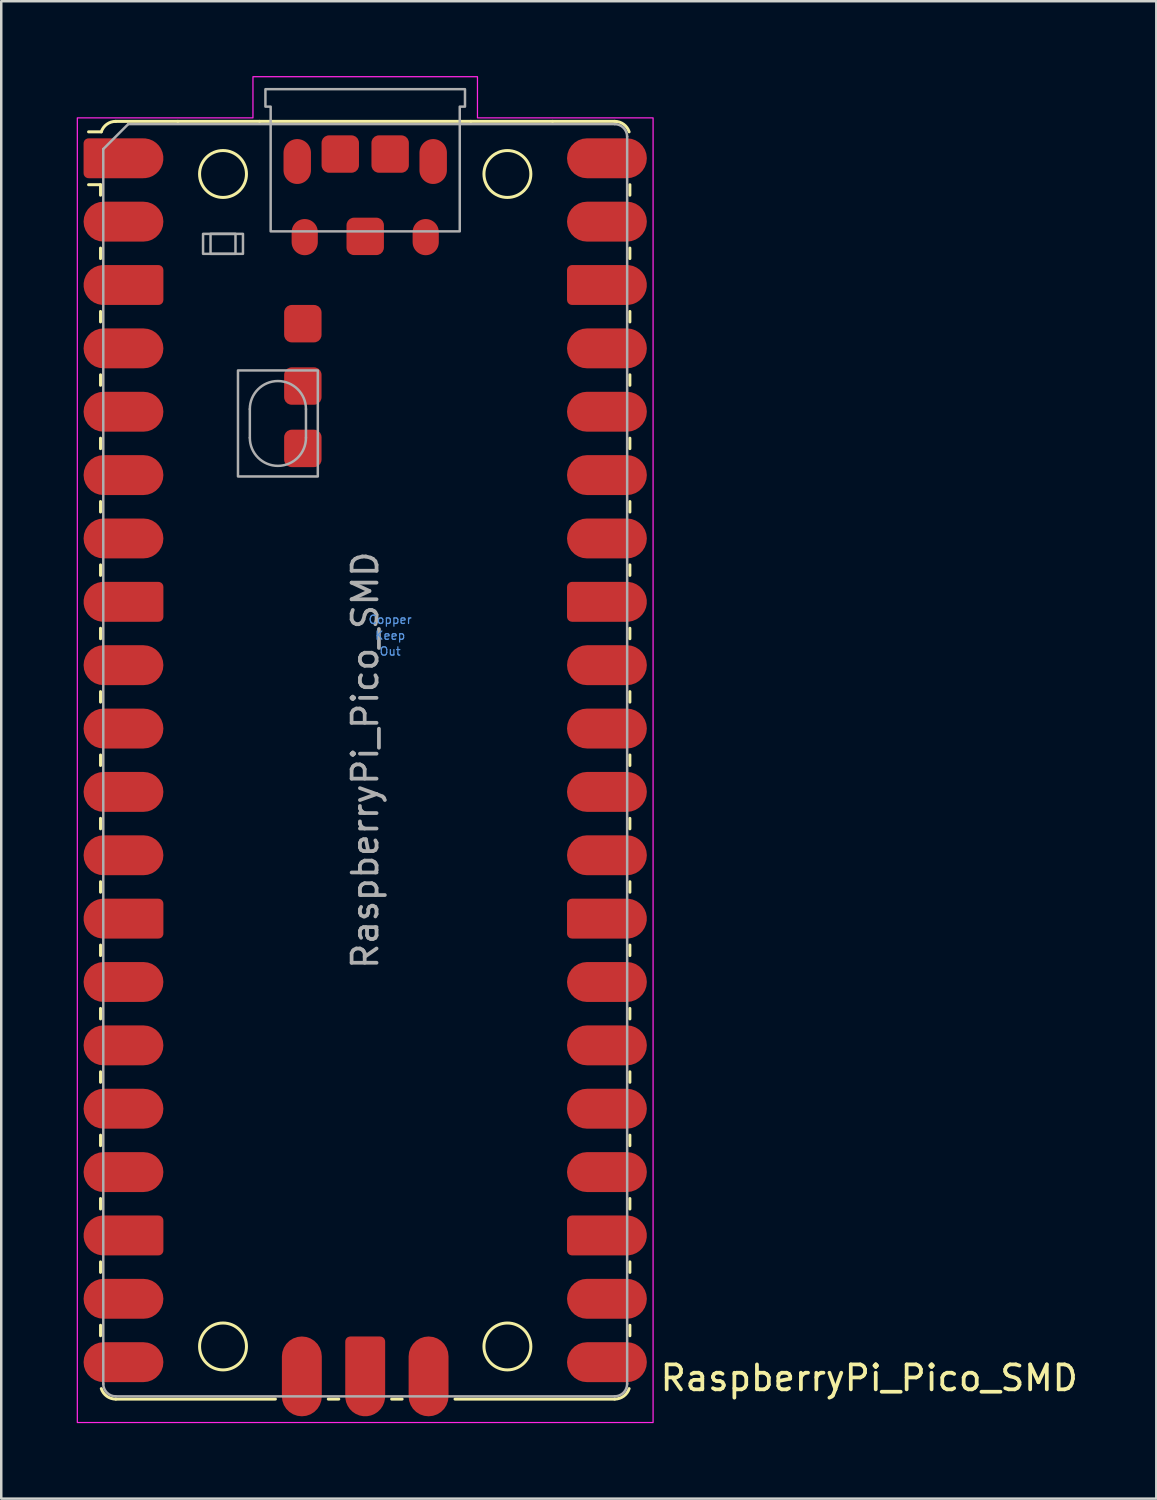
<source format=kicad_pcb>
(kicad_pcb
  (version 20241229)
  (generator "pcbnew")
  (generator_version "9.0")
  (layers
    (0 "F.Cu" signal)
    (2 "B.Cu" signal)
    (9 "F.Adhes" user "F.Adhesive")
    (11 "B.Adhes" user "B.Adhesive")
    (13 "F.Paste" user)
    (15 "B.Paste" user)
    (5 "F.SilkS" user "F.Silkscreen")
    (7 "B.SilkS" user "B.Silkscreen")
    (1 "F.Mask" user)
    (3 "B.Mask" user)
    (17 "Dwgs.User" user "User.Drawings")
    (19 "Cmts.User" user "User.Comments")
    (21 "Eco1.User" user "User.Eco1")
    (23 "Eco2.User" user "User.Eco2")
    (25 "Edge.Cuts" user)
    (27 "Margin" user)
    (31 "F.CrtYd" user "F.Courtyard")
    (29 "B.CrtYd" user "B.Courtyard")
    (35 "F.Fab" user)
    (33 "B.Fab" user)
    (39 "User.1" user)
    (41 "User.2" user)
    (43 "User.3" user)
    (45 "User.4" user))
  (footprint "RaspberryPi_Pico_SMD"
    (layer "F.Cu")
    (at 11.59 27.425)
    (property "Reference" "RaspberryPi_Pico_SMD" (at 11.748 24.765 0) (unlocked yes) (layer "F.SilkS") (effects (font (size 1 1) (thickness 0.15)) (justify left)))
    (attr smd)
    (fp_line (start -10.61 -23.07) (end -11.09 -23.07) (stroke (width 0.12) (type solid)) (layer "F.SilkS"))
    (fp_line (start -10.61 -23.07) (end -10.61 -22.65) (stroke (width 0.12) (type solid)) (layer "F.SilkS"))
    (fp_line (start -10.61 -20.53) (end -10.61 -20.11) (stroke (width 0.12) (type solid)) (layer "F.SilkS"))
    (fp_line (start -10.61 -17.99) (end -10.61 -17.57) (stroke (width 0.12) (type solid)) (layer "F.SilkS"))
    (fp_line (start -10.61 -15.45) (end -10.61 -15.03) (stroke (width 0.12) (type solid)) (layer "F.SilkS"))
    (fp_line (start -10.61 -12.91) (end -10.61 -12.49) (stroke (width 0.12) (type solid)) (layer "F.SilkS"))
    (fp_line (start -10.61 -10.37) (end -10.61 -9.95) (stroke (width 0.12) (type solid)) (layer "F.SilkS"))
    (fp_line (start -10.61 -7.83) (end -10.61 -7.41) (stroke (width 0.12) (type solid)) (layer "F.SilkS"))
    (fp_line (start -10.61 -5.29) (end -10.61 -4.87) (stroke (width 0.12) (type solid)) (layer "F.SilkS"))
    (fp_line (start -10.61 -2.75) (end -10.61 -2.33) (stroke (width 0.12) (type solid)) (layer "F.SilkS"))
    (fp_line (start -10.61 -0.21) (end -10.61 0.21) (stroke (width 0.12) (type solid)) (layer "F.SilkS"))
    (fp_line (start -10.61 2.33) (end -10.61 2.75) (stroke (width 0.12) (type solid)) (layer "F.SilkS"))
    (fp_line (start -10.61 4.87) (end -10.61 5.29) (stroke (width 0.12) (type solid)) (layer "F.SilkS"))
    (fp_line (start -10.61 7.41) (end -10.61 7.83) (stroke (width 0.12) (type solid)) (layer "F.SilkS"))
    (fp_line (start -10.61 9.95) (end -10.61 10.37) (stroke (width 0.12) (type solid)) (layer "F.SilkS"))
    (fp_line (start -10.61 12.49) (end -10.61 12.91) (stroke (width 0.12) (type solid)) (layer "F.SilkS"))
    (fp_line (start -10.61 15.03) (end -10.61 15.45) (stroke (width 0.12) (type solid)) (layer "F.SilkS"))
    (fp_line (start -10.61 17.57) (end -10.61 17.99) (stroke (width 0.12) (type solid)) (layer "F.SilkS"))
    (fp_line (start -10.61 20.11) (end -10.61 20.53) (stroke (width 0.12) (type solid)) (layer "F.SilkS"))
    (fp_line (start -10.61 22.65) (end -10.61 23.07) (stroke (width 0.12) (type solid)) (layer "F.SilkS"))
    (fp_line (start -10.58 -25.19) (end -11.09 -25.19) (stroke (width 0.12) (type solid)) (layer "F.SilkS"))
    (fp_line (start -10 -25.61) (end -7.51 -25.61) (stroke (width 0.12) (type solid)) (layer "F.SilkS"))
    (fp_line (start -10 25.61) (end -3.6 25.61) (stroke (width 0.12) (type solid)) (layer "F.SilkS"))
    (fp_line (start -7.51 -25.61) (end -4.235 -25.61) (stroke (width 0.12) (type solid)) (layer "F.SilkS"))
    (fp_line (start -4.235 -25.61) (end 4.235 -25.61) (stroke (width 0.12) (type solid)) (layer "F.SilkS"))
    (fp_line (start -1.48 25.61) (end -1.06 25.61) (stroke (width 0.12) (type solid)) (layer "F.SilkS"))
    (fp_line (start 1.06 25.61) (end 1.48 25.61) (stroke (width 0.12) (type solid)) (layer "F.SilkS"))
    (fp_line (start 3.6 25.61) (end 10 25.61) (stroke (width 0.12) (type solid)) (layer "F.SilkS"))
    (fp_line (start 4.235 -25.61) (end 7.51 -25.61) (stroke (width 0.12) (type solid)) (layer "F.SilkS"))
    (fp_line (start 10 -25.61) (end 7.51 -25.61) (stroke (width 0.12) (type solid)) (layer "F.SilkS"))
    (fp_line (start 10.61 -23.07) (end 10.61 -22.65) (stroke (width 0.12) (type solid)) (layer "F.SilkS"))
    (fp_line (start 10.61 -20.53) (end 10.61 -20.11) (stroke (width 0.12) (type solid)) (layer "F.SilkS"))
    (fp_line (start 10.61 -17.99) (end 10.61 -17.57) (stroke (width 0.12) (type solid)) (layer "F.SilkS"))
    (fp_line (start 10.61 -15.45) (end 10.61 -15.03) (stroke (width 0.12) (type solid)) (layer "F.SilkS"))
    (fp_line (start 10.61 -12.91) (end 10.61 -12.49) (stroke (width 0.12) (type solid)) (layer "F.SilkS"))
    (fp_line (start 10.61 -10.37) (end 10.61 -9.95) (stroke (width 0.12) (type solid)) (layer "F.SilkS"))
    (fp_line (start 10.61 -7.83) (end 10.61 -7.41) (stroke (width 0.12) (type solid)) (layer "F.SilkS"))
    (fp_line (start 10.61 -5.29) (end 10.61 -4.87) (stroke (width 0.12) (type solid)) (layer "F.SilkS"))
    (fp_line (start 10.61 -2.75) (end 10.61 -2.33) (stroke (width 0.12) (type solid)) (layer "F.SilkS"))
    (fp_line (start 10.61 -0.21) (end 10.61 0.21) (stroke (width 0.12) (type solid)) (layer "F.SilkS"))
    (fp_line (start 10.61 2.33) (end 10.61 2.75) (stroke (width 0.12) (type solid)) (layer "F.SilkS"))
    (fp_line (start 10.61 4.87) (end 10.61 5.29) (stroke (width 0.12) (type solid)) (layer "F.SilkS"))
    (fp_line (start 10.61 7.41) (end 10.61 7.83) (stroke (width 0.12) (type solid)) (layer "F.SilkS"))
    (fp_line (start 10.61 9.95) (end 10.61 10.37) (stroke (width 0.12) (type solid)) (layer "F.SilkS"))
    (fp_line (start 10.61 12.49) (end 10.61 12.91) (stroke (width 0.12) (type solid)) (layer "F.SilkS"))
    (fp_line (start 10.61 15.03) (end 10.61 15.45) (stroke (width 0.12) (type solid)) (layer "F.SilkS"))
    (fp_line (start 10.61 17.57) (end 10.61 17.99) (stroke (width 0.12) (type solid)) (layer "F.SilkS"))
    (fp_line (start 10.61 20.11) (end 10.61 20.53) (stroke (width 0.12) (type solid)) (layer "F.SilkS"))
    (fp_line (start 10.61 22.65) (end 10.61 23.07) (stroke (width 0.12) (type solid)) (layer "F.SilkS"))
    (fp_arc (start -10.579676 -25.19) (mid -10.357938 -25.493944) (end -10 -25.61) (stroke (width 0.12) (type solid)) (layer "F.SilkS"))
    (fp_arc (start -10 25.61) (mid -10.357937 25.493944) (end -10.579676 25.189937) (stroke (width 0.12) (type solid)) (layer "F.SilkS"))
    (fp_arc (start 10 -25.61) (mid 10.357937 -25.493944) (end 10.579676 -25.189937) (stroke (width 0.12) (type solid)) (layer "F.SilkS"))
    (fp_arc (start 10.579676 25.189937) (mid 10.357958 25.493991) (end 10 25.61) (stroke (width 0.12) (type solid)) (layer "F.SilkS"))
    (fp_circle (center -5.7 -23.5) (end -4.76 -23.5) (stroke (width 0.12) (type solid)) (fill no) (layer "F.SilkS"))
    (fp_circle (center -5.7 23.5) (end -4.76 23.5) (stroke (width 0.12) (type solid)) (fill no) (layer "F.SilkS"))
    (fp_circle (center 5.7 -23.5) (end 6.64 -23.5) (stroke (width 0.12) (type solid)) (fill no) (layer "F.SilkS"))
    (fp_circle (center 5.7 23.5) (end 6.64 23.5) (stroke (width 0.12) (type solid)) (fill no) (layer "F.SilkS"))
    (fp_poly (pts (xy -4.5 -27.4) (xy 4.5 -27.4) (xy 4.5 -25.75) (xy 11.54 -25.75) (xy 11.54 26.55) (xy -11.54 26.55) (xy -11.54 -25.75) (xy -4.5 -25.75)) (stroke (width 0.05) (type solid)) (fill no) (layer "F.CrtYd"))
    (fp_line (start -10.5 -24.5) (end -9.5 -25.5) (stroke (width 0.1) (type solid)) (layer "F.Fab"))
    (fp_line (start -10.5 25) (end -10.5 -24.5) (stroke (width 0.1) (type solid)) (layer "F.Fab"))
    (fp_line (start -9.5 -25.5) (end 10 -25.5) (stroke (width 0.1) (type solid)) (layer "F.Fab"))
    (fp_line (start -4.625 -14.075) (end -4.625 -12.925) (stroke (width 0.1) (type solid)) (layer "F.Fab"))
    (fp_line (start -2.375 -14.075) (end -2.375 -12.925) (stroke (width 0.1) (type solid)) (layer "F.Fab"))
    (fp_line (start 10 25.5) (end -10 25.5) (stroke (width 0.1) (type solid)) (layer "F.Fab"))
    (fp_line (start 10.5 -25) (end 10.5 25) (stroke (width 0.1) (type solid)) (layer "F.Fab"))
    (fp_rect (start -6.5 -21.1) (end -4.9 -20.3) (stroke (width 0.1) (type solid)) (fill no) (layer "F.Fab"))
    (fp_rect (start -6.2 -21.1) (end -5.2 -20.3) (stroke (width 0.1) (type solid)) (fill no) (layer "F.Fab"))
    (fp_rect (start -5.1 -15.625) (end -1.9 -11.375) (stroke (width 0.1) (type solid)) (fill no) (layer "F.Fab"))
    (fp_arc (start -10 25.5) (mid -10.353553 25.353553) (end -10.5 25) (stroke (width 0.1) (type solid)) (layer "F.Fab"))
    (fp_arc (start -4.625 -14.075) (mid -3.5 -15.2) (end -2.375 -14.075) (stroke (width 0.1) (type solid)) (layer "F.Fab"))
    (fp_arc (start -2.375 -12.925) (mid -3.5 -11.8) (end -4.625 -12.925) (stroke (width 0.1) (type solid)) (layer "F.Fab"))
    (fp_arc (start 10 -25.5) (mid 10.353553 -25.353553) (end 10.5 -25) (stroke (width 0.1) (type solid)) (layer "F.Fab"))
    (fp_arc (start 10.5 25) (mid 10.353553 25.353553) (end 10 25.5) (stroke (width 0.1) (type solid)) (layer "F.Fab"))
    (fp_poly (pts (xy 3.79 -21.2) (xy 3.79 -26.2) (xy 4 -26.2) (xy 4 -26.9) (xy -4 -26.9) (xy -4 -26.2) (xy -3.79 -26.2) (xy -3.79 -21.2)) (stroke (width 0.1) (type solid)) (fill no) (layer "F.Fab"))
    (fp_text user "Out" (at 1 -4.365 0) (unlocked yes) (layer "Cmts.User") (effects (font (size 0.333 0.333) (thickness 0.05))))
    (fp_text user "Copper" (at 1 -5.635 0) (unlocked yes) (layer "Cmts.User") (effects (font (size 0.333 0.333) (thickness 0.05))))
    (fp_text user "Keep" (at 1 -5 0) (unlocked yes) (layer "Cmts.User") (effects (font (size 0.333 0.333) (thickness 0.05))))
    (fp_text user "${REFERENCE}" (at 0 0 90) (layer "F.Fab") (effects (font (size 1 1) (thickness 0.15))))
    (pad "" smd rect (at -8.89 -24.13) (size 3.8 2.2) (drill (offset -0.8 0)) (layers "F.Paste"))
    (pad "" smd rect (at -8.89 -21.59) (size 3.8 2.2) (drill (offset -0.8 0)) (layers "F.Paste"))
    (pad "" smd rect (at -8.89 -19.05) (size 3.8 2.2) (drill (offset -0.8 0)) (layers "F.Paste"))
    (pad "" smd rect (at -8.89 -16.51) (size 3.8 2.2) (drill (offset -0.8 0)) (layers "F.Paste"))
    (pad "" smd rect (at -8.89 -13.97) (size 3.8 2.2) (drill (offset -0.8 0)) (layers "F.Paste"))
    (pad "" smd rect (at -8.89 -11.43) (size 3.8 2.2) (drill (offset -0.8 0)) (layers "F.Paste"))
    (pad "" smd rect (at -8.89 -8.89) (size 3.8 2.2) (drill (offset -0.8 0)) (layers "F.Paste"))
    (pad "" smd rect (at -8.89 -6.35) (size 3.8 2.2) (drill (offset -0.8 0)) (layers "F.Paste"))
    (pad "" smd rect (at -8.89 -3.81) (size 3.8 2.2) (drill (offset -0.8 0)) (layers "F.Paste"))
    (pad "" smd rect (at -8.89 -1.27) (size 3.8 2.2) (drill (offset -0.8 0)) (layers "F.Paste"))
    (pad "" smd rect (at -8.89 1.27) (size 3.8 2.2) (drill (offset -0.8 0)) (layers "F.Paste"))
    (pad "" smd rect (at -8.89 3.81) (size 3.8 2.2) (drill (offset -0.8 0)) (layers "F.Paste"))
    (pad "" smd rect (at -8.89 6.35) (size 3.8 2.2) (drill (offset -0.8 0)) (layers "F.Paste"))
    (pad "" smd rect (at -8.89 8.89) (size 3.8 2.2) (drill (offset -0.8 0)) (layers "F.Paste"))
    (pad "" smd rect (at -8.89 11.43) (size 3.8 2.2) (drill (offset -0.8 0)) (layers "F.Paste"))
    (pad "" smd rect (at -8.89 13.97) (size 3.8 2.2) (drill (offset -0.8 0)) (layers "F.Paste"))
    (pad "" smd rect (at -8.89 16.51) (size 3.8 2.2) (drill (offset -0.8 0)) (layers "F.Paste"))
    (pad "" smd rect (at -8.89 19.05) (size 3.8 2.2) (drill (offset -0.8 0)) (layers "F.Paste"))
    (pad "" smd rect (at -8.89 21.59) (size 3.8 2.2) (drill (offset -0.8 0)) (layers "F.Paste"))
    (pad "" smd rect (at -8.89 24.13) (size 3.8 2.2) (drill (offset -0.8 0)) (layers "F.Paste"))
    (pad "" smd oval (at -2.725 -24) (size 1.1 1.8) (layers "F.Cu" "F.Mask" "F.Paste"))
    (pad "" smd rect (at -2.54 23.9) (size 2.2 3.8) (drill (offset 0 0.8)) (layers "F.Paste"))
    (pad "" smd oval (at -2.425 -20.97) (size 1.05 1.45) (layers "F.Cu" "F.Mask" "F.Paste"))
    (pad "" smd rect (at 0 23.9) (size 2.2 3.8) (drill (offset 0 0.8)) (layers "F.Paste"))
    (pad "" smd oval (at 2.425 -20.97) (size 1.05 1.45) (layers "F.Cu" "F.Mask" "F.Paste"))
    (pad "" smd rect (at 2.54 23.9) (size 2.2 3.8) (drill (offset 0 0.8)) (layers "F.Paste"))
    (pad "" smd oval (at 2.725 -24) (size 1.1 1.8) (layers "F.Cu" "F.Mask" "F.Paste"))
    (pad "" smd rect (at 8.89 -24.13) (size 3.8 2.2) (drill (offset 0.8 0)) (layers "F.Paste"))
    (pad "" smd rect (at 8.89 -21.59) (size 3.8 2.2) (drill (offset 0.8 0)) (layers "F.Paste"))
    (pad "" smd rect (at 8.89 -19.05) (size 3.8 2.2) (drill (offset 0.8 0)) (layers "F.Paste"))
    (pad "" smd rect (at 8.89 -16.51) (size 3.8 2.2) (drill (offset 0.8 0)) (layers "F.Paste"))
    (pad "" smd rect (at 8.89 -13.97) (size 3.8 2.2) (drill (offset 0.8 0)) (layers "F.Paste"))
    (pad "" smd rect (at 8.89 -11.43) (size 3.8 2.2) (drill (offset 0.8 0)) (layers "F.Paste"))
    (pad "" smd rect (at 8.89 -8.89) (size 3.8 2.2) (drill (offset 0.8 0)) (layers "F.Paste"))
    (pad "" smd rect (at 8.89 -6.35) (size 3.8 2.2) (drill (offset 0.8 0)) (layers "F.Paste"))
    (pad "" smd rect (at 8.89 -3.81) (size 3.8 2.2) (drill (offset 0.8 0)) (layers "F.Paste"))
    (pad "" smd rect (at 8.89 -1.27) (size 3.8 2.2) (drill (offset 0.8 0)) (layers "F.Paste"))
    (pad "" smd rect (at 8.89 1.27) (size 3.8 2.2) (drill (offset 0.8 0)) (layers "F.Paste"))
    (pad "" smd rect (at 8.89 3.81) (size 3.8 2.2) (drill (offset 0.8 0)) (layers "F.Paste"))
    (pad "" smd rect (at 8.89 6.35) (size 3.8 2.2) (drill (offset 0.8 0)) (layers "F.Paste"))
    (pad "" smd rect (at 8.89 8.89) (size 3.8 2.2) (drill (offset 0.8 0)) (layers "F.Paste"))
    (pad "" smd rect (at 8.89 11.43) (size 3.8 2.2) (drill (offset 0.8 0)) (layers "F.Paste"))
    (pad "" smd rect (at 8.89 13.97) (size 3.8 2.2) (drill (offset 0.8 0)) (layers "F.Paste"))
    (pad "" smd rect (at 8.89 16.51) (size 3.8 2.2) (drill (offset 0.8 0)) (layers "F.Paste"))
    (pad "" smd rect (at 8.89 19.05) (size 3.8 2.2) (drill (offset 0.8 0)) (layers "F.Paste"))
    (pad "" smd rect (at 8.89 21.59) (size 3.8 2.2) (drill (offset 0.8 0)) (layers "F.Paste"))
    (pad "" smd rect (at 8.89 24.13) (size 3.8 2.2) (drill (offset 0.8 0)) (layers "F.Paste"))
    (pad "1" smd custom (at -8.89 -24.13) (size 1.6 1.6) (layers "F.Cu" "F.Mask") (options (anchor circle)) (primitives (gr_poly (pts (xy -2.4 0.6) (xy -2.4 -0.6) (xy -2.2 -0.8) (xy 0 -0.8) (xy 0 0.8) (xy -2.2 0.8)) (width 0) (fill yes)) (gr_circle (center -2.2 0.6) (end -2 0.6) (width 0) (fill yes)) (gr_circle (center -2.2 -0.6) (end -2 -0.6) (width 0) (fill yes))))
    (pad "2" smd roundrect (at -8.89 -21.59) (size 3.2 1.6) (drill (offset -0.8 0)) (layers "F.Cu" "F.Mask") (roundrect_rratio 0.5))
    (pad "3" smd custom (at -8.89 -19.05) (size 1.6 1.6) (layers "F.Cu" "F.Mask") (options (anchor circle)) (primitives (gr_poly (pts (xy 0.8 -0.6) (xy 0.8 0.6) (xy 0.6 0.8) (xy -1.6 0.8) (xy -1.6 -0.8) (xy 0.6 -0.8)) (width 0) (fill yes)) (gr_circle (center 0.6 0.6) (end 0.8 0.6) (width 0) (fill yes)) (gr_circle (center 0.6 -0.6) (end 0.8 -0.6) (width 0) (fill yes)) (gr_circle (center -1.6 0) (end -0.8 0) (width 0) (fill yes))))
    (pad "4" smd roundrect (at -8.89 -16.51) (size 3.2 1.6) (drill (offset -0.8 0)) (layers "F.Cu" "F.Mask") (roundrect_rratio 0.5))
    (pad "5" smd roundrect (at -8.89 -13.97) (size 3.2 1.6) (drill (offset -0.8 0)) (layers "F.Cu" "F.Mask") (roundrect_rratio 0.5))
    (pad "6" smd roundrect (at -8.89 -11.43) (size 3.2 1.6) (drill (offset -0.8 0)) (layers "F.Cu" "F.Mask") (roundrect_rratio 0.5))
    (pad "7" smd roundrect (at -8.89 -8.89) (size 3.2 1.6) (drill (offset -0.8 0)) (layers "F.Cu" "F.Mask") (roundrect_rratio 0.5))
    (pad "8" smd custom (at -8.89 -6.35) (size 1.6 1.6) (layers "F.Cu" "F.Mask") (options (anchor circle)) (primitives (gr_poly (pts (xy 0.8 -0.6) (xy 0.8 0.6) (xy 0.6 0.8) (xy -1.6 0.8) (xy -1.6 -0.8) (xy 0.6 -0.8)) (width 0) (fill yes)) (gr_circle (center 0.6 0.6) (end 0.8 0.6) (width 0) (fill yes)) (gr_circle (center 0.6 -0.6) (end 0.8 -0.6) (width 0) (fill yes)) (gr_circle (center -1.6 0) (end -0.8 0) (width 0) (fill yes))))
    (pad "9" smd roundrect (at -8.89 -3.81) (size 3.2 1.6) (drill (offset -0.8 0)) (layers "F.Cu" "F.Mask") (roundrect_rratio 0.5))
    (pad "10" smd roundrect (at -8.89 -1.27) (size 3.2 1.6) (drill (offset -0.8 0)) (layers "F.Cu" "F.Mask") (roundrect_rratio 0.5))
    (pad "11" smd roundrect (at -8.89 1.27) (size 3.2 1.6) (drill (offset -0.8 0)) (layers "F.Cu" "F.Mask") (roundrect_rratio 0.5))
    (pad "12" smd roundrect (at -8.89 3.81) (size 3.2 1.6) (drill (offset -0.8 0)) (layers "F.Cu" "F.Mask") (roundrect_rratio 0.5))
    (pad "13" smd custom (at -8.89 6.35) (size 1.6 1.6) (layers "F.Cu" "F.Mask") (options (anchor circle)) (primitives (gr_poly (pts (xy 0.8 -0.6) (xy 0.8 0.6) (xy 0.6 0.8) (xy -1.6 0.8) (xy -1.6 -0.8) (xy 0.6 -0.8)) (width 0) (fill yes)) (gr_circle (center 0.6 0.6) (end 0.8 0.6) (width 0) (fill yes)) (gr_circle (center 0.6 -0.6) (end 0.8 -0.6) (width 0) (fill yes)) (gr_circle (center -1.6 0) (end -0.8 0) (width 0) (fill yes))))
    (pad "14" smd roundrect (at -8.89 8.89) (size 3.2 1.6) (drill (offset -0.8 0)) (layers "F.Cu" "F.Mask") (roundrect_rratio 0.5))
    (pad "15" smd roundrect (at -8.89 11.43) (size 3.2 1.6) (drill (offset -0.8 0)) (layers "F.Cu" "F.Mask") (roundrect_rratio 0.5))
    (pad "16" smd roundrect (at -8.89 13.97) (size 3.2 1.6) (drill (offset -0.8 0)) (layers "F.Cu" "F.Mask") (roundrect_rratio 0.5))
    (pad "17" smd roundrect (at -8.89 16.51) (size 3.2 1.6) (drill (offset -0.8 0)) (layers "F.Cu" "F.Mask") (roundrect_rratio 0.5))
    (pad "18" smd custom (at -8.89 19.05) (size 1.6 1.6) (layers "F.Cu" "F.Mask") (options (anchor circle)) (primitives (gr_poly (pts (xy 0.8 -0.6) (xy 0.8 0.6) (xy 0.6 0.8) (xy -1.6 0.8) (xy -1.6 -0.8) (xy 0.6 -0.8)) (width 0) (fill yes)) (gr_circle (center 0.6 0.6) (end 0.8 0.6) (width 0) (fill yes)) (gr_circle (center 0.6 -0.6) (end 0.8 -0.6) (width 0) (fill yes)) (gr_circle (center -1.6 0) (end -0.8 0) (width 0) (fill yes))))
    (pad "19" smd roundrect (at -8.89 21.59) (size 3.2 1.6) (drill (offset -0.8 0)) (layers "F.Cu" "F.Mask") (roundrect_rratio 0.5))
    (pad "20" smd roundrect (at -8.89 24.13) (size 3.2 1.6) (drill (offset -0.8 0)) (layers "F.Cu" "F.Mask") (roundrect_rratio 0.5))
    (pad "21" smd roundrect (at 8.89 24.13) (size 3.2 1.6) (drill (offset 0.8 0)) (layers "F.Cu" "F.Mask") (roundrect_rratio 0.5))
    (pad "22" smd roundrect (at 8.89 21.59) (size 3.2 1.6) (drill (offset 0.8 0)) (layers "F.Cu" "F.Mask") (roundrect_rratio 0.5))
    (pad "23" smd custom (at 8.89 19.05) (size 1.6 1.6) (layers "F.Cu" "F.Mask") (options (anchor circle)) (primitives (gr_poly (pts (xy -0.8 -0.6) (xy -0.8 0.6) (xy -0.6 0.8) (xy 1.6 0.8) (xy 1.6 -0.8) (xy -0.6 -0.8)) (width 0) (fill yes)) (gr_circle (center -0.6 0.6) (end -0.4 0.6) (width 0) (fill yes)) (gr_circle (center -0.6 -0.6) (end -0.4 -0.6) (width 0) (fill yes)) (gr_circle (center 1.6 0) (end 2.4 0) (width 0) (fill yes))))
    (pad "24" smd roundrect (at 8.89 16.51) (size 3.2 1.6) (drill (offset 0.8 0)) (layers "F.Cu" "F.Mask") (roundrect_rratio 0.5))
    (pad "25" smd roundrect (at 8.89 13.97) (size 3.2 1.6) (drill (offset 0.8 0)) (layers "F.Cu" "F.Mask") (roundrect_rratio 0.5))
    (pad "26" smd roundrect (at 8.89 11.43) (size 3.2 1.6) (drill (offset 0.8 0)) (layers "F.Cu" "F.Mask") (roundrect_rratio 0.5))
    (pad "27" smd roundrect (at 8.89 8.89) (size 3.2 1.6) (drill (offset 0.8 0)) (layers "F.Cu" "F.Mask") (roundrect_rratio 0.5))
    (pad "28" smd custom (at 8.89 6.35) (size 1.6 1.6) (layers "F.Cu" "F.Mask") (options (anchor circle)) (primitives (gr_poly (pts (xy -0.8 -0.6) (xy -0.8 0.6) (xy -0.6 0.8) (xy 1.6 0.8) (xy 1.6 -0.8) (xy -0.6 -0.8)) (width 0) (fill yes)) (gr_circle (center -0.6 0.6) (end -0.4 0.6) (width 0) (fill yes)) (gr_circle (center -0.6 -0.6) (end -0.4 -0.6) (width 0) (fill yes)) (gr_circle (center 1.6 0) (end 2.4 0) (width 0) (fill yes))))
    (pad "29" smd roundrect (at 8.89 3.81) (size 3.2 1.6) (drill (offset 0.8 0)) (layers "F.Cu" "F.Mask") (roundrect_rratio 0.5))
    (pad "30" smd roundrect (at 8.89 1.27) (size 3.2 1.6) (drill (offset 0.8 0)) (layers "F.Cu" "F.Mask") (roundrect_rratio 0.5))
    (pad "31" smd roundrect (at 8.89 -1.27) (size 3.2 1.6) (drill (offset 0.8 0)) (layers "F.Cu" "F.Mask") (roundrect_rratio 0.5))
    (pad "32" smd roundrect (at 8.89 -3.81) (size 3.2 1.6) (drill (offset 0.8 0)) (layers "F.Cu" "F.Mask") (roundrect_rratio 0.5))
    (pad "33" smd custom (at 8.89 -6.35) (size 1.6 1.6) (layers "F.Cu" "F.Mask") (options (anchor circle)) (primitives (gr_poly (pts (xy -0.8 -0.6) (xy -0.8 0.6) (xy -0.6 0.8) (xy 1.6 0.8) (xy 1.6 -0.8) (xy -0.6 -0.8)) (width 0) (fill yes)) (gr_circle (center -0.6 0.6) (end -0.4 0.6) (width 0) (fill yes)) (gr_circle (center -0.6 -0.6) (end -0.4 -0.6) (width 0) (fill yes)) (gr_circle (center 1.6 0) (end 2.4 0) (width 0) (fill yes))))
    (pad "34" smd roundrect (at 8.89 -8.89) (size 3.2 1.6) (drill (offset 0.8 0)) (layers "F.Cu" "F.Mask") (roundrect_rratio 0.5))
    (pad "35" smd roundrect (at 8.89 -11.43) (size 3.2 1.6) (drill (offset 0.8 0)) (layers "F.Cu" "F.Mask") (roundrect_rratio 0.5))
    (pad "36" smd roundrect (at 8.89 -13.97) (size 3.2 1.6) (drill (offset 0.8 0)) (layers "F.Cu" "F.Mask") (roundrect_rratio 0.5))
    (pad "37" smd roundrect (at 8.89 -16.51) (size 3.2 1.6) (drill (offset 0.8 0)) (layers "F.Cu" "F.Mask") (roundrect_rratio 0.5))
    (pad "38" smd custom (at 8.89 -19.05) (size 1.6 1.6) (layers "F.Cu" "F.Mask") (options (anchor circle)) (primitives (gr_poly (pts (xy -0.8 -0.6) (xy -0.8 0.6) (xy -0.6 0.8) (xy 1.6 0.8) (xy 1.6 -0.8) (xy -0.6 -0.8)) (width 0) (fill yes)) (gr_circle (center -0.6 0.6) (end -0.4 0.6) (width 0) (fill yes)) (gr_circle (center -0.6 -0.6) (end -0.4 -0.6) (width 0) (fill yes)) (gr_circle (center 1.6 0) (end 2.4 0) (width 0) (fill yes))))
    (pad "39" smd roundrect (at 8.89 -21.59) (size 3.2 1.6) (drill (offset 0.8 0)) (layers "F.Cu" "F.Mask") (roundrect_rratio 0.5))
    (pad "40" smd roundrect (at 8.89 -24.13) (size 3.2 1.6) (drill (offset 0.8 0)) (layers "F.Cu" "F.Mask") (roundrect_rratio 0.5))
    (pad "D1" smd roundrect (at -2.54 23.9 90) (size 3.2 1.6) (drill (offset -0.8 0)) (layers "F.Cu" "F.Mask") (roundrect_rratio 0.5))
    (pad "D2" smd custom (at 0 23.9 270) (size 1.6 1.6) (layers "F.Cu" "F.Mask") (options (anchor circle)) (primitives (gr_poly (pts (xy -0.8 -0.6) (xy -0.8 0.6) (xy -0.6 0.8) (xy 1.6 0.8) (xy 1.6 -0.8) (xy -0.6 -0.8)) (width 0) (fill yes)) (gr_circle (center -0.6 0.6) (end -0.4 0.6) (width 0) (fill yes)) (gr_circle (center -0.6 -0.6) (end -0.4 -0.6) (width 0) (fill yes)) (gr_circle (center 1.6 0) (end 2.4 0) (width 0) (fill yes))))
    (pad "D3" smd roundrect (at 2.54 23.9 90) (size 3.2 1.6) (drill (offset -0.8 0)) (layers "F.Cu" "F.Mask") (roundrect_rratio 0.5))
    (pad "TP1" smd roundrect (at 0 -21) (size 1.5 1.5) (layers "F.Cu" "F.Mask" "F.Paste") (roundrect_rratio 0.2))
    (pad "TP2" smd roundrect (at 1 -24.3) (size 1.5 1.5) (layers "F.Cu" "F.Mask" "F.Paste") (roundrect_rratio 0.2))
    (pad "TP3" smd roundrect (at -1 -24.3) (size 1.5 1.5) (layers "F.Cu" "F.Mask" "F.Paste") (roundrect_rratio 0.2))
    (pad "TP4" smd roundrect (at -2.5 -17.5) (size 1.5 1.5) (layers "F.Cu" "F.Mask" "F.Paste") (roundrect_rratio 0.2))
    (pad "TP5" smd roundrect (at -2.5 -15) (size 1.5 1.5) (layers "F.Cu" "F.Mask" "F.Paste") (roundrect_rratio 0.2))
    (pad "TP6" smd roundrect (at -2.5 -12.5) (size 1.5 1.5) (layers "F.Cu" "F.Mask" "F.Paste") (roundrect_rratio 0.2))
    (zone (net_name "") (layers "F.Cu" "F.Paste") (name "Pad Keep Out TP7") (hatch full 0.5) (connect_pads) (min_thickness 0.25) (filled_areas_thickness no) (keepout (tracks not_allowed) (vias not_allowed) (pads not_allowed) (copperpour not_allowed) (footprints allowed)) (placement (enabled no)) (fill) (polygon (pts (xy 11.642 21.909) (xy 11.676 21.783) (xy 11.742 21.669) (xy 11.834 21.577) (xy 11.948 21.511) (xy 12.074 21.477) (xy 12.14 21.475) (xy 12.59 21.475) (xy 12.59 23.375) (xy 12.14 23.375) (xy 12.074 23.373) (xy 11.948 23.339) (xy 11.834 23.273) (xy 11.742 23.181) (xy 11.676 23.067) (xy 11.642 22.941) (xy 11.64 22.875) (xy 11.64 21.975))))
    (zone (net_name "") (layers "F.Cu" "F.Paste") (name "Pad Keep Out TP7") (hatch full 0.5) (connect_pads) (min_thickness 0.25) (filled_areas_thickness no) (keepout (tracks not_allowed) (vias not_allowed) (pads not_allowed) (copperpour not_allowed) (footprints allowed)) (placement (enabled no)) (fill) (polygon (pts (xy 12.59 23.375) (xy 13.04 23.375) (xy 13.106 23.373) (xy 13.232 23.339) (xy 13.346 23.273) (xy 13.438 23.181) (xy 13.504 23.067) (xy 13.538 22.941) (xy 13.54 22.875) (xy 13.54 21.975) (xy 13.538 21.909) (xy 13.504 21.783) (xy 13.438 21.669) (xy 13.346 21.577) (xy 13.232 21.511) (xy 13.106 21.477) (xy 13.04 21.475) (xy 12.59 21.475)))))
  (gr_rect
    (start -3 -3)
    (end 43.302 57.025)
    (stroke (width 0.1) (type default))
    (fill no)
    (layer "Edge.Cuts")))
</source>
